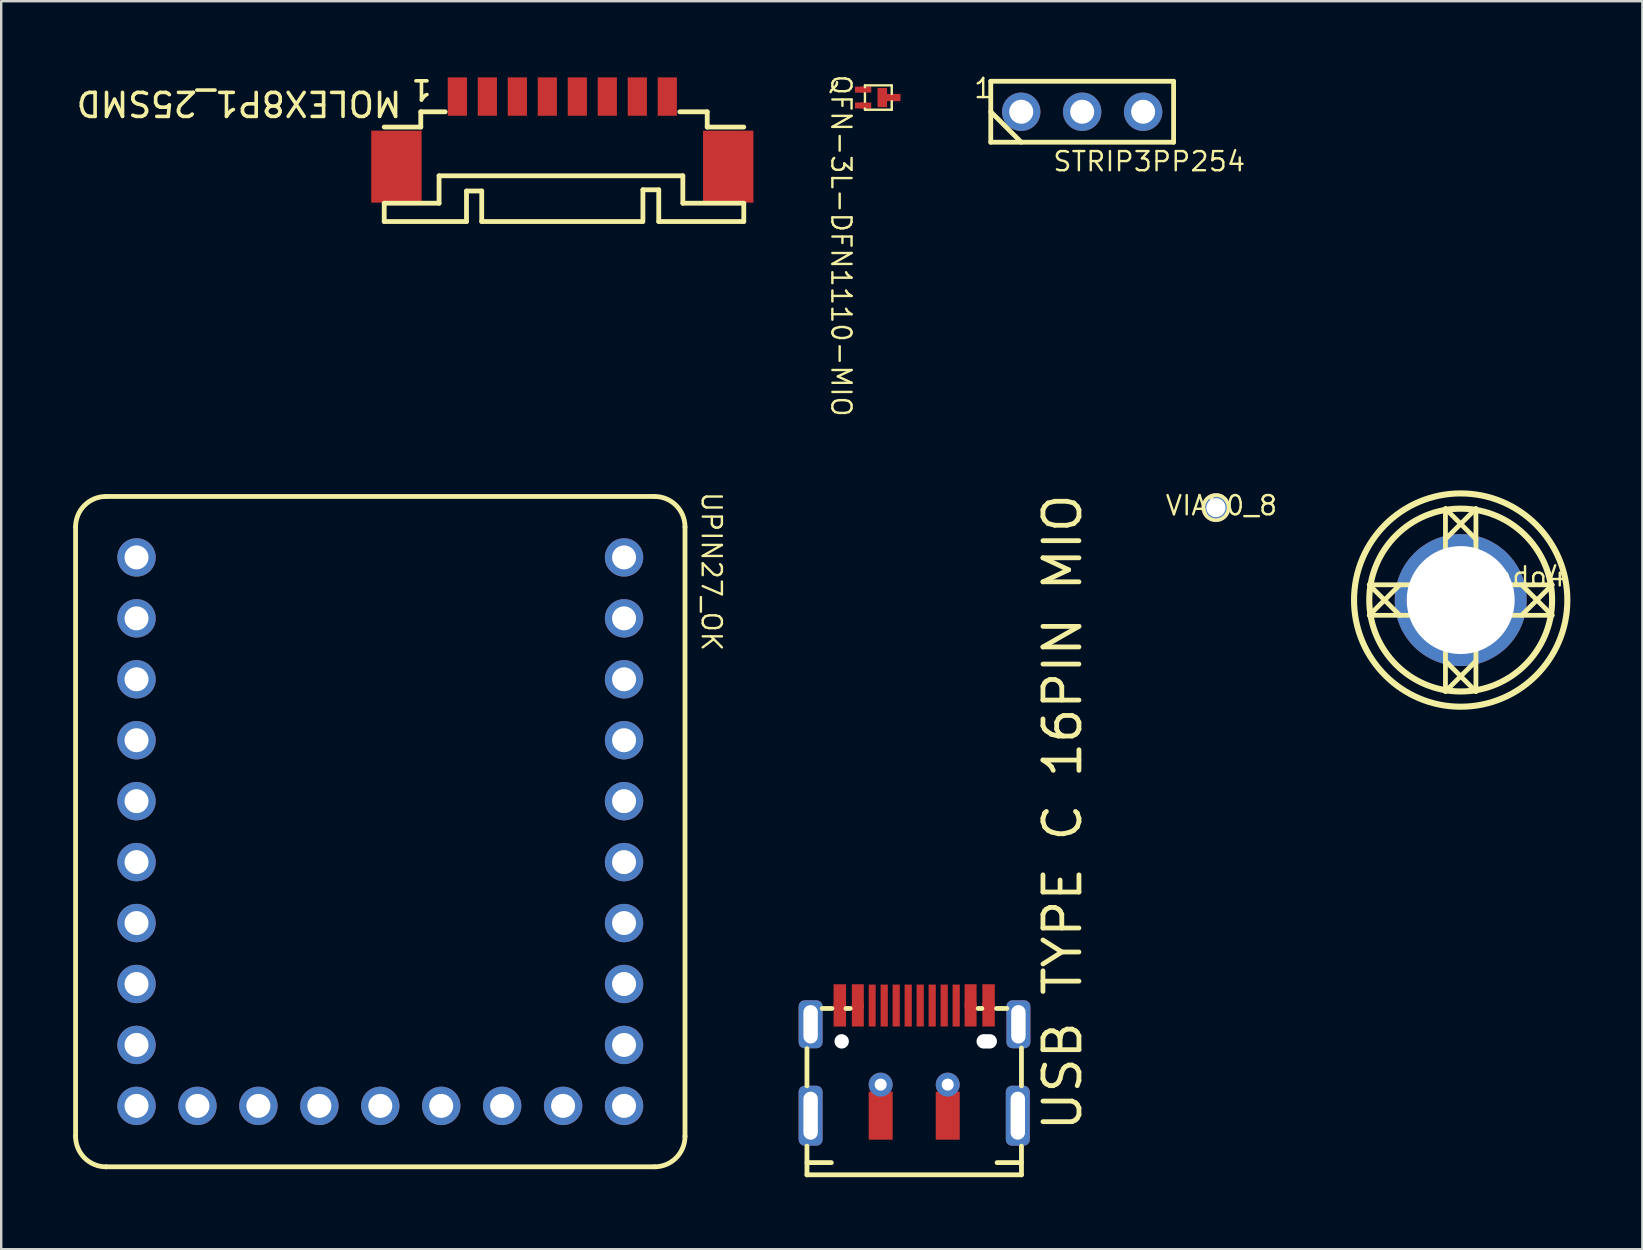
<source format=kicad_pcb>
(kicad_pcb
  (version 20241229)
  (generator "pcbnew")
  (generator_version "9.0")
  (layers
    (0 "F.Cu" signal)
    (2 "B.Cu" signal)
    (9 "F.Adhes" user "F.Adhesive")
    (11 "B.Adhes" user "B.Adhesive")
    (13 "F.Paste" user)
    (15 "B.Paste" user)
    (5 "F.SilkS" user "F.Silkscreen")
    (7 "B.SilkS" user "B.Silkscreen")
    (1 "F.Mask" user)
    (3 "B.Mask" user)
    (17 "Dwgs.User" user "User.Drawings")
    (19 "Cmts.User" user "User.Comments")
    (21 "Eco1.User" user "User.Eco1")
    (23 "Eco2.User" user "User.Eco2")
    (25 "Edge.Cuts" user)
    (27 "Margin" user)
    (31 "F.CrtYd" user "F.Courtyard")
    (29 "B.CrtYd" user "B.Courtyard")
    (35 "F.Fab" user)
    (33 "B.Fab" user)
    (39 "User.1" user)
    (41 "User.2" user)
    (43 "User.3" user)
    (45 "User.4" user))
  (footprint "VIAS0_8"
    (layer "F.Cu")
    (at 47.629 18.107)
    (property "Reference" "VIAS0_8" (at -2.159 0.381 0) (unlocked yes) (layer "F.SilkS") (effects (font (size 0.8 0.8) (thickness 0.1)) (justify left bottom)))
    (fp_circle (center 0 0) (end 0 -0.524) (stroke (width 0.15) (type solid)) (fill no) (layer "F.SilkS"))
    (pad "1" thru_hole circle (at 0 0 180) (size 1.2 1.2) (drill 0.8) (layers "*.Cu" "*.Mask")))
  (footprint "ViteDado4"
    (layer "F.Cu")
    (at 57.83 21.96)
    (property "Reference" "ViteDado4" (at -1.651 -0.508 0) (unlocked yes) (layer "F.SilkS") (effects (font (size 0.8 0.8) (thickness 0.1)) (justify left bottom)))
    (fp_line (start -3.81 -0.635) (end -2.54 0.635) (stroke (width 0.2) (type solid)) (layer "F.SilkS"))
    (fp_line (start -3.81 -0.635) (end -0.635 -0.635) (stroke (width 0.2) (type solid)) (layer "F.SilkS"))
    (fp_line (start -3.81 0.635) (end -2.54 -0.635) (stroke (width 0.2) (type solid)) (layer "F.SilkS"))
    (fp_line (start -3.81 0.635) (end -0.635 0.635) (stroke (width 0.2) (type solid)) (layer "F.SilkS"))
    (fp_line (start -0.635 -3.81) (end 0.635 -2.54) (stroke (width 0.2) (type solid)) (layer "F.SilkS"))
    (fp_line (start -0.635 -2.54) (end 0.635 -3.81) (stroke (width 0.2) (type solid)) (layer "F.SilkS"))
    (fp_line (start -0.635 -0.635) (end -0.635 -3.81) (stroke (width 0.2) (type solid)) (layer "F.SilkS"))
    (fp_line (start -0.635 2.54) (end 0.635 3.81) (stroke (width 0.2) (type solid)) (layer "F.SilkS"))
    (fp_line (start -0.635 3.81) (end -0.635 0.635) (stroke (width 0.2) (type solid)) (layer "F.SilkS"))
    (fp_line (start -0.635 3.81) (end 0.635 2.54) (stroke (width 0.2) (type solid)) (layer "F.SilkS"))
    (fp_line (start 0.635 -0.635) (end 0.635 -3.81) (stroke (width 0.2) (type solid)) (layer "F.SilkS"))
    (fp_line (start 0.635 -0.635) (end 3.81 -0.635) (stroke (width 0.2) (type solid)) (layer "F.SilkS"))
    (fp_line (start 0.635 0.635) (end 3.81 0.635) (stroke (width 0.2) (type solid)) (layer "F.SilkS"))
    (fp_line (start 0.635 3.81) (end 0.635 0.635) (stroke (width 0.2) (type solid)) (layer "F.SilkS"))
    (fp_line (start 2.54 -0.635) (end 3.81 0.635) (stroke (width 0.2) (type solid)) (layer "F.SilkS"))
    (fp_line (start 2.54 0.635) (end 3.81 -0.635) (stroke (width 0.2) (type solid)) (layer "F.SilkS"))
    (fp_circle (center 0 0) (end 0 -4.445) (stroke (width 0.254) (type solid)) (fill no) (layer "F.SilkS"))
    (fp_circle (center 0 0) (end 0 -3.81) (stroke (width 0.254) (type solid)) (fill no) (layer "F.SilkS"))
    (pad "1" thru_hole circle (at 0 0) (size 5.5 5.5) (drill 4.5) (layers "*.Cu" "*.Mask")))
  (footprint "MOLEX8P1_25SMD"
    (layer "F.Cu")
    (at 16.012 0.975)
    (property "Reference" "MOLEX8P1_25SMD" (at -2.238 -0.305 180) (unlocked yes) (layer "F.SilkS") (effects (font (size 1 1) (thickness 0.15)) (justify left bottom)))
    (fp_line (start -3.048 4.445) (end -3.048 5.207) (stroke (width 0.2) (type solid)) (layer "F.SilkS"))
    (fp_line (start -1.524 0.635) (end -1.524 1.27) (stroke (width 0.2) (type solid)) (layer "F.SilkS"))
    (fp_line (start -1.524 1.27) (end -3.048 1.27) (stroke (width 0.2) (type solid)) (layer "F.SilkS"))
    (fp_line (start -0.762 3.302) (end -0.762 4.445) (stroke (width 0.2) (type solid)) (layer "F.SilkS"))
    (fp_line (start -0.762 4.445) (end -3.048 4.445) (stroke (width 0.2) (type solid)) (layer "F.SilkS"))
    (fp_line (start -0.508 0.635) (end -1.524 0.635) (stroke (width 0.2) (type solid)) (layer "F.SilkS"))
    (fp_line (start 0.381 3.937) (end 0.381 5.207) (stroke (width 0.2) (type solid)) (layer "F.SilkS"))
    (fp_line (start 0.381 5.207) (end -3.048 5.207) (stroke (width 0.2) (type solid)) (layer "F.SilkS"))
    (fp_line (start 1.016 3.937) (end 0.381 3.937) (stroke (width 0.2) (type solid)) (layer "F.SilkS"))
    (fp_line (start 1.016 3.937) (end 1.016 5.207) (stroke (width 0.2) (type solid)) (layer "F.SilkS"))
    (fp_line (start 7.722 5.207) (end 1.016 5.207) (stroke (width 0.2) (type solid)) (layer "F.SilkS"))
    (fp_line (start 7.734 3.886) (end 7.734 5.207) (stroke (width 0.2) (type solid)) (layer "F.SilkS"))
    (fp_line (start 8.394 3.886) (end 7.734 3.886) (stroke (width 0.2) (type solid)) (layer "F.SilkS"))
    (fp_line (start 8.394 3.886) (end 8.394 5.207) (stroke (width 0.2) (type solid)) (layer "F.SilkS"))
    (fp_line (start 9.398 3.302) (end -0.762 3.302) (stroke (width 0.2) (type solid)) (layer "F.SilkS"))
    (fp_line (start 9.398 3.302) (end 9.398 4.445) (stroke (width 0.2) (type solid)) (layer "F.SilkS"))
    (fp_line (start 10.414 0.635) (end 9.271 0.635) (stroke (width 0.2) (type solid)) (layer "F.SilkS"))
    (fp_line (start 10.414 0.635) (end 10.414 1.27) (stroke (width 0.2) (type solid)) (layer "F.SilkS"))
    (fp_line (start 11.938 1.27) (end 10.414 1.27) (stroke (width 0.2) (type solid)) (layer "F.SilkS"))
    (fp_line (start 11.938 4.445) (end 9.398 4.445) (stroke (width 0.2) (type solid)) (layer "F.SilkS"))
    (fp_line (start 11.938 4.445) (end 11.938 5.207) (stroke (width 0.2) (type solid)) (layer "F.SilkS"))
    (fp_line (start 11.938 5.207) (end 8.394 5.207) (stroke (width 0.2) (type solid)) (layer "F.SilkS"))
    (fp_text user "1" (at -1.016 -0.762 180) (unlocked yes) (layer "F.SilkS") (effects (font (size 0.8 0.8) (thickness 0.15)) (justify left bottom)))
    (pad "" smd rect (at -2.54 2.921) (size 2.1 3) (layers "F.Cu" "F.Mask" "F.Paste"))
    (pad "" smd rect (at 11.29 2.921) (size 2.1 3) (layers "F.Cu" "F.Mask" "F.Paste"))
    (pad "1" smd rect (at 0 0) (size 0.8 1.6) (layers "F.Cu" "F.Mask" "F.Paste"))
    (pad "2" smd rect (at 1.25 0) (size 0.8 1.6) (layers "F.Cu" "F.Mask" "F.Paste"))
    (pad "3" smd rect (at 2.5 0) (size 0.8 1.6) (layers "F.Cu" "F.Mask" "F.Paste"))
    (pad "4" smd rect (at 3.75 0) (size 0.8 1.6) (layers "F.Cu" "F.Mask" "F.Paste"))
    (pad "5" smd rect (at 5 0) (size 0.8 1.6) (layers "F.Cu" "F.Mask" "F.Paste"))
    (pad "6" smd rect (at 6.25 0) (size 0.8 1.6) (layers "F.Cu" "F.Mask" "F.Paste"))
    (pad "7" smd rect (at 7.5 0) (size 0.8 1.6) (layers "F.Cu" "F.Mask" "F.Paste"))
    (pad "8" smd rect (at 8.75 0) (size 0.8 1.6) (layers "F.Cu" "F.Mask" "F.Paste")))
  (footprint "STRIP3PP254"
    (layer "F.Cu")
    (at 39.514 1.608)
    (property "Reference" "STRIP3PP254" (at 1.27 2.54 0) (unlocked yes) (layer "F.SilkS") (effects (font (size 0.8 0.8) (thickness 0.1)) (justify left bottom)))
    (fp_line (start -1.27 -1.27) (end -1.27 1.27) (stroke (width 0.2) (type solid)) (layer "F.SilkS"))
    (fp_line (start -1.27 -1.27) (end 6.35 -1.27) (stroke (width 0.2) (type solid)) (layer "F.SilkS"))
    (fp_line (start -1.27 0) (end 0 1.27) (stroke (width 0.2) (type solid)) (layer "F.SilkS"))
    (fp_line (start 6.35 -1.27) (end 6.35 1.27) (stroke (width 0.2) (type solid)) (layer "F.SilkS"))
    (fp_line (start 6.35 1.27) (end -1.27 1.27) (stroke (width 0.2) (type solid)) (layer "F.SilkS"))
    (fp_text user "1" (at -2.032 -0.508 0) (unlocked yes) (layer "F.SilkS") (effects (font (size 0.8 0.8) (thickness 0.1)) (justify left bottom)))
    (pad "1" thru_hole circle (at 0 0) (size 1.6 1.6) (drill 1) (layers "*.Cu" "*.Mask"))
    (pad "2" thru_hole circle (at 2.54 0) (size 1.6 1.6) (drill 1) (layers "*.Cu" "*.Mask"))
    (pad "3" thru_hole circle (at 5.08 0) (size 1.6 1.6) (drill 1) (layers "*.Cu" "*.Mask")))
  (footprint "QFN-3L-DFN1110-MIO"
    (layer "F.Cu")
    (at 34.079 1.016)
    (property "Reference" "QFN-3L-DFN1110-MIO" (at -2.54 -1.016 270) (unlocked yes) (layer "F.SilkS") (effects (font (size 0.8 0.8) (thickness 0.1)) (justify left bottom)))
    (fp_line (start -1.079 -0.508) (end -1.079 -0.432) (stroke (width 0.1) (type solid)) (layer "F.SilkS"))
    (fp_line (start -1.079 -0.178) (end -1.079 0.178) (stroke (width 0.1) (type solid)) (layer "F.SilkS"))
    (fp_line (start -1.079 0.457) (end -1.079 0.508) (stroke (width 0.1) (type solid)) (layer "F.SilkS"))
    (fp_line (start 0.038 -0.508) (end -1.079 -0.508) (stroke (width 0.1) (type solid)) (layer "F.SilkS"))
    (fp_line (start 0.038 -0.508) (end 0.038 -0.152) (stroke (width 0.1) (type solid)) (layer "F.SilkS"))
    (fp_line (start 0.038 0.152) (end 0.038 0.508) (stroke (width 0.1) (type solid)) (layer "F.SilkS"))
    (fp_line (start 0.038 0.508) (end -1.079 0.508) (stroke (width 0.1) (type solid)) (layer "F.SilkS"))
    (pad "1" smd rect (at -1.27 -0.33 180) (size 0.45 0.25) (layers "F.Cu" "F.Mask" "F.Paste"))
    (pad "1" smd rect (at -1.041 -0.33 180) (size 0.45 0.25) (layers "F.Cu" "F.Mask" "F.Paste"))
    (pad "2" smd rect (at -1.27 0.33 180) (size 0.45 0.25) (layers "F.Cu" "F.Mask" "F.Paste"))
    (pad "2" smd rect (at -1.041 0.33 180) (size 0.45 0.25) (layers "F.Cu" "F.Mask" "F.Paste"))
    (pad "3" smd rect (at -0.356 0) (size 0.4 0.8) (layers "F.Cu" "F.Mask" "F.Paste"))
    (pad "3" smd rect (at 0 0) (size 0.4 0.3) (layers "F.Cu" "F.Mask" "F.Paste"))
    (pad "3" smd rect (at 0.203 0) (size 0.4 0.3) (layers "F.Cu" "F.Mask" "F.Paste")))
  (footprint "USB TYPE C 16PIN MIO"
    (layer "F.Cu")
    (at 31.953 39.235)
    (property "Reference" "USB TYPE C 16PIN MIO" (at 10.16 4.953 90) (unlocked yes) (layer "F.SilkS") (effects (font (size 1.5 1.5) (thickness 0.2)) (justify left bottom)))
    (fp_line (start -1.37 2.972) (end -1.37 1.422) (stroke (width 0.2) (type solid)) (layer "F.SilkS"))
    (fp_line (start -1.37 6.68) (end -1.37 5.486) (stroke (width 0.2) (type solid)) (layer "F.SilkS"))
    (fp_line (start -0.354 6.172) (end -1.37 6.172) (stroke (width 0.2) (type solid)) (layer "F.SilkS"))
    (fp_line (start -0.329 -0.254) (end -0.735 -0.254) (stroke (width 0.2) (type solid)) (layer "F.SilkS"))
    (fp_line (start 0.433 -0.254) (end 0.255 -0.254) (stroke (width 0.2) (type solid)) (layer "F.SilkS"))
    (fp_line (start 5.919 -0.254) (end 5.767 -0.254) (stroke (width 0.2) (type solid)) (layer "F.SilkS"))
    (fp_line (start 6.961 -0.254) (end 6.529 -0.254) (stroke (width 0.2) (type solid)) (layer "F.SilkS"))
    (fp_line (start 7.57 2.972) (end 7.57 1.397) (stroke (width 0.2) (type solid)) (layer "F.SilkS"))
    (fp_line (start 7.57 6.172) (end 6.554 6.172) (stroke (width 0.2) (type solid)) (layer "F.SilkS"))
    (fp_line (start 7.57 6.68) (end -1.37 6.68) (stroke (width 0.2) (type solid)) (layer "F.SilkS"))
    (fp_line (start 7.57 6.68) (end 7.57 5.486) (stroke (width 0.2) (type solid)) (layer "F.SilkS"))
    (fp_line (start 6.554 6.172) (end -1.04 6.172) (stroke (width 0.2) (type solid)) (layer "User.2"))
    (pad "" thru_hole roundrect (at -1.218 0.406 270) (size 2 1) (drill oval 1.6 0.6) (layers "*.Cu" "*.Mask") (roundrect_rratio 0.25))
    (pad "" thru_hole roundrect (at -1.218 4.216 270) (size 2.5 1) (drill oval 2 0.6) (layers "*.Cu" "*.Mask") (roundrect_rratio 0.25))
    (pad "" np_thru_hole circle (at 0.077 1.118 270) (size 0.6 0.6) (drill 0.6) (layers "*.Cu" "*.Mask"))
    (pad "" thru_hole circle (at 1.702 2.921 270) (size 1 1) (drill 0.5) (layers "*.Cu" "*.Mask"))
    (pad "" smd rect (at 1.703 4.216 270) (size 2 1) (layers "F.Cu" "F.Mask" "F.Paste"))
    (pad "" thru_hole circle (at 4.497 2.921 270) (size 1 1) (drill 0.5) (layers "*.Cu" "*.Mask"))
    (pad "" smd rect (at 4.497 4.216 270) (size 2 1) (layers "F.Cu" "F.Mask" "F.Paste"))
    (pad "" np_thru_hole oval (at 6.123 1.118 270) (size 0.6 0.85) (drill oval 0.6 0.85) (layers "*.Cu" "*.Mask"))
    (pad "" thru_hole roundrect (at 7.418 4.216 270) (size 2.5 1) (drill oval 2 0.6) (layers "*.Cu" "*.Mask") (roundrect_rratio 0.25))
    (pad "" thru_hole roundrect (at 7.443 0.406 270) (size 2 1) (drill oval 1.6 0.6) (layers "*.Cu" "*.Mask") (roundrect_rratio 0.25))
    (pad "A1" smd rect (at 0 0 270) (size 1 0.52) (layers "F.Cu" "F.Mask" "F.Paste"))
    (pad "A4" smd rect (at 0.75 0 270) (size 1 0.5) (layers "F.Cu" "F.Mask" "F.Paste"))
    (pad "A5" smd rect (at 1.349 -0.375 270) (size 1.75 0.291) (layers "F.Cu" "F.Mask" "F.Paste"))
    (pad "A6" smd rect (at 2.85 -0.375 270) (size 1.75 0.3) (layers "F.Cu" "F.Mask" "F.Paste"))
    (pad "A7" smd rect (at 3.85 -0.375 270) (size 1.75 0.3) (layers "F.Cu" "F.Mask" "F.Paste"))
    (pad "A8" smd rect (at 4.85 -0.375 270) (size 1.75 0.3) (layers "F.Cu" "F.Mask" "F.Paste"))
    (pad "A9" smd rect (at 5.45 0 270) (size 1 0.5) (layers "F.Cu" "F.Mask" "F.Paste"))
    (pad "A12" smd rect (at 6.2 0 270) (size 1 0.52) (layers "F.Cu" "F.Mask" "F.Paste"))
    (pad "B1" smd rect (at 6.2 -0.762 270) (size 1 0.52) (layers "F.Cu" "F.Mask" "F.Paste"))
    (pad "B4" smd rect (at 5.45 -0.762 270) (size 1 0.5) (layers "F.Cu" "F.Mask" "F.Paste"))
    (pad "B5" smd rect (at 4.35 -0.375 270) (size 1.75 0.3) (layers "F.Cu" "F.Mask" "F.Paste"))
    (pad "B6" smd rect (at 3.35 -0.375 270) (size 1.75 0.3) (layers "F.Cu" "F.Mask" "F.Paste"))
    (pad "B7" smd rect (at 2.35 -0.375 270) (size 1.75 0.3) (layers "F.Cu" "F.Mask" "F.Paste"))
    (pad "B8" smd rect (at 1.85 -0.375 270) (size 1.75 0.3) (layers "F.Cu" "F.Mask" "F.Paste"))
    (pad "B9" smd rect (at 0.75 -0.762 270) (size 1 0.5) (layers "F.Cu" "F.Mask" "F.Paste"))
    (pad "B12" smd rect (at 0 -0.762 270) (size 1 0.52) (layers "F.Cu" "F.Mask" "F.Paste")))
  (footprint "UPIN27_OK"
    (layer "F.Cu")
    (at 22.96 20.182)
    (property "Reference" "UPIN27_OK" (at 3.175 -2.794 270) (unlocked yes) (layer "F.SilkS") (effects (font (size 0.8 0.8) (thickness 0.1)) (justify left bottom)))
    (fp_line (start -22.86 -1.27) (end -22.86 24.13) (stroke (width 0.2) (type solid)) (layer "F.SilkS"))
    (fp_line (start 1.27 -2.54) (end -21.59 -2.54) (stroke (width 0.2) (type solid)) (layer "F.SilkS"))
    (fp_line (start 1.27 25.4) (end -21.59 25.4) (stroke (width 0.2) (type solid)) (layer "F.SilkS"))
    (fp_line (start 2.54 -1.27) (end 2.54 24.13) (stroke (width 0.2) (type solid)) (layer "F.SilkS"))
    (fp_arc (start -22.86 -1.27) (mid -22.488025 -2.168027) (end -21.589997 -2.54) (stroke (width 0.2) (type solid)) (layer "F.SilkS"))
    (fp_arc (start -21.59 25.40001) (mid -22.488026 25.028036) (end -22.86 24.13001) (stroke (width 0.2) (type solid)) (layer "F.SilkS"))
    (fp_arc (start 1.27 -2.54) (mid 2.168026 -2.168026) (end 2.54 -1.27) (stroke (width 0.2) (type solid)) (layer "F.SilkS"))
    (fp_arc (start 2.54 24.13) (mid 2.168026 25.028026) (end 1.27 25.4) (stroke (width 0.2) (type solid)) (layer "F.SilkS"))
    (pad "1" thru_hole circle (at 0 0 90) (size 1.6 1.6) (drill 1) (layers "*.Cu" "*.Mask"))
    (pad "2" thru_hole circle (at 0 2.54 90) (size 1.6 1.6) (drill 1) (layers "*.Cu" "*.Mask"))
    (pad "3" thru_hole circle (at 0 5.08 90) (size 1.6 1.6) (drill 1) (layers "*.Cu" "*.Mask"))
    (pad "4" thru_hole circle (at 0 7.62 90) (size 1.6 1.6) (drill 1) (layers "*.Cu" "*.Mask"))
    (pad "5" thru_hole circle (at 0 10.16 90) (size 1.6 1.6) (drill 1) (layers "*.Cu" "*.Mask"))
    (pad "6" thru_hole circle (at 0 12.7 90) (size 1.6 1.6) (drill 1) (layers "*.Cu" "*.Mask"))
    (pad "7" thru_hole circle (at 0 15.24 90) (size 1.6 1.6) (drill 1) (layers "*.Cu" "*.Mask"))
    (pad "8" thru_hole circle (at 0 17.78 90) (size 1.6 1.6) (drill 1) (layers "*.Cu" "*.Mask"))
    (pad "9" thru_hole circle (at 0 20.32 90) (size 1.6 1.6) (drill 1) (layers "*.Cu" "*.Mask"))
    (pad "10" thru_hole circle (at 0 22.86 90) (size 1.6 1.6) (drill 1) (layers "*.Cu" "*.Mask"))
    (pad "11" thru_hole circle (at -2.54 22.86 90) (size 1.6 1.6) (drill 1) (layers "*.Cu" "*.Mask"))
    (pad "12" thru_hole circle (at -5.08 22.86 90) (size 1.6 1.6) (drill 1) (layers "*.Cu" "*.Mask"))
    (pad "13" thru_hole circle (at -7.62 22.86 90) (size 1.6 1.6) (drill 1) (layers "*.Cu" "*.Mask"))
    (pad "14" thru_hole circle (at -10.16 22.86 90) (size 1.6 1.6) (drill 1) (layers "*.Cu" "*.Mask"))
    (pad "15" thru_hole circle (at -12.7 22.86 90) (size 1.6 1.6) (drill 1) (layers "*.Cu" "*.Mask"))
    (pad "16" thru_hole circle (at -15.24 22.86 90) (size 1.6 1.6) (drill 1) (layers "*.Cu" "*.Mask"))
    (pad "17" thru_hole circle (at -17.78 22.86 90) (size 1.6 1.6) (drill 1) (layers "*.Cu" "*.Mask"))
    (pad "18" thru_hole circle (at -20.32 22.86 90) (size 1.6 1.6) (drill 1) (layers "*.Cu" "*.Mask"))
    (pad "19" thru_hole circle (at -20.32 20.32 90) (size 1.6 1.6) (drill 1) (layers "*.Cu" "*.Mask"))
    (pad "20" thru_hole circle (at -20.32 17.78 90) (size 1.6 1.6) (drill 1) (layers "*.Cu" "*.Mask"))
    (pad "21" thru_hole circle (at -20.32 15.24 90) (size 1.6 1.6) (drill 1) (layers "*.Cu" "*.Mask"))
    (pad "22" thru_hole circle (at -20.32 12.7 90) (size 1.6 1.6) (drill 1) (layers "*.Cu" "*.Mask"))
    (pad "23" thru_hole circle (at -20.32 10.16 90) (size 1.6 1.6) (drill 1) (layers "*.Cu" "*.Mask"))
    (pad "24" thru_hole circle (at -20.32 7.62 90) (size 1.6 1.6) (drill 1) (layers "*.Cu" "*.Mask"))
    (pad "25" thru_hole circle (at -20.32 5.08 90) (size 1.6 1.6) (drill 1) (layers "*.Cu" "*.Mask"))
    (pad "26" thru_hole circle (at -20.32 2.54 90) (size 1.6 1.6) (drill 1) (layers "*.Cu" "*.Mask"))
    (pad "27" thru_hole circle (at -20.32 0 90) (size 1.6 1.6) (drill 1) (layers "*.Cu" "*.Mask")))
  (gr_rect
    (start -3 -3)
    (end 65.402 49.015)
    (stroke (width 0.1) (type default))
    (fill no)
    (layer "Edge.Cuts")))
</source>
